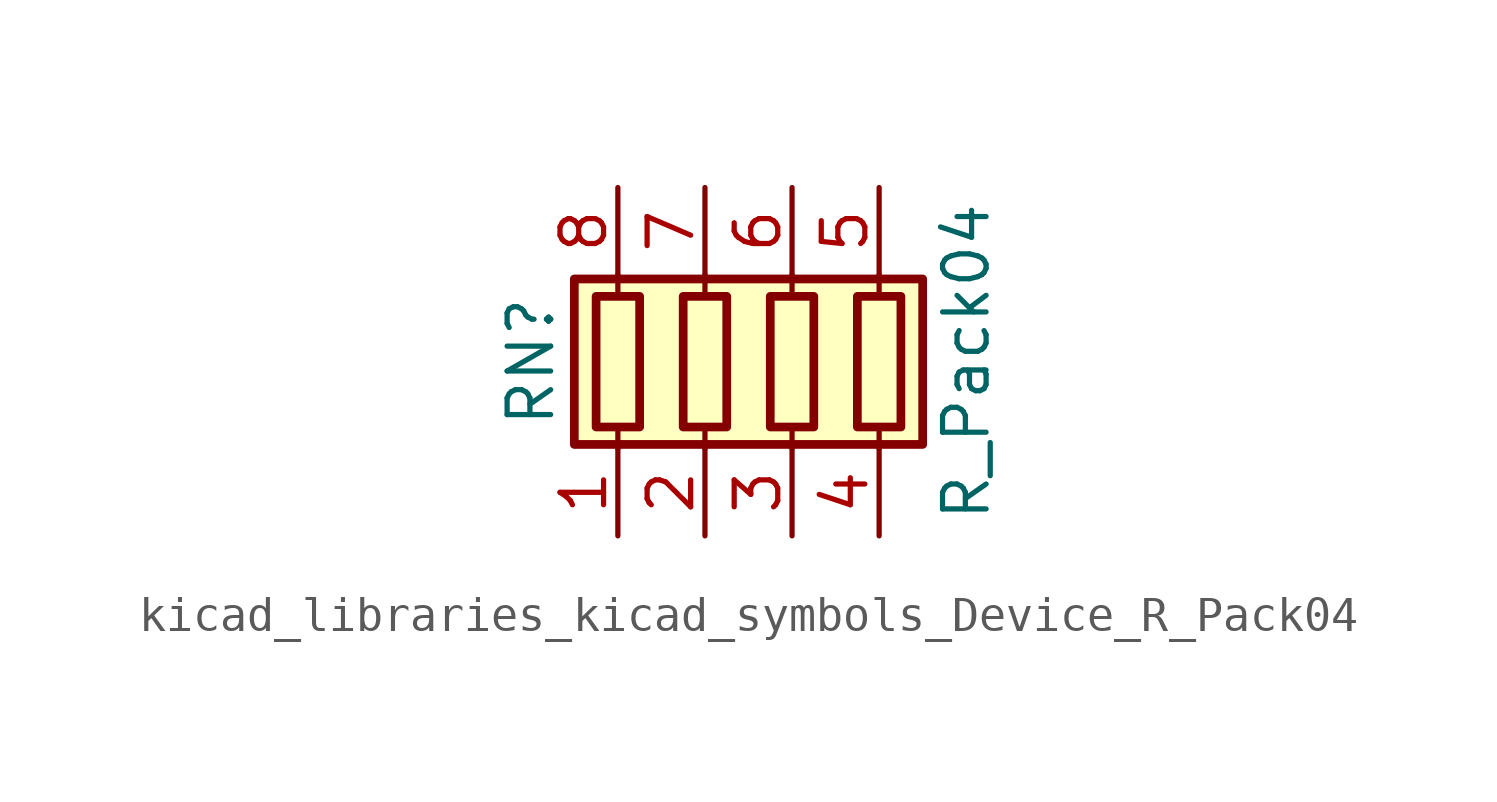
<source format=kicad_sym>
(kicad_symbol_lib
  (version 20220914)
  (generator kicad_symbol_editor)
  (symbol "kicad_libraries_kicad_symbols_Device_R_Pack04"
    (pin_names
      (offset 0) hide)
    (property "Reference" "RN"
      (at -7.62 0 90)
      (effects (font (size 1.27 1.27))))
    (property "Value" "R_Pack04"
      (at 5.08 0 90)
      (effects (font (size 1.27 1.27))))
    (symbol "kicad_libraries_kicad_symbols_Device_R_Pack04_0_1"
      (rectangle (start -6.35 -2.413) (end 3.81 2.413) (stroke (width 0.254) (type default)) (fill (type background)))
      (rectangle (start -5.715 1.905) (end -4.445 -1.905) (stroke (width 0.254) (type default)) (fill (type none)))
      (rectangle (start -3.175 1.905) (end -1.905 -1.905) (stroke (width 0.254) (type default)) (fill (type none)))
      (rectangle (start -0.635 1.905) (end 0.635 -1.905) (stroke (width 0.254) (type default)) (fill (type none)))
      (polyline (pts (xy -5.08 -2.54) (xy -5.08 -1.905)) (stroke (width 0) (type default)) (fill (type none)))
      (polyline (pts (xy -5.08 1.905) (xy -5.08 2.54)) (stroke (width 0) (type default)) (fill (type none)))
      (polyline (pts (xy -2.54 -2.54) (xy -2.54 -1.905)) (stroke (width 0) (type default)) (fill (type none)))
      (polyline (pts (xy -2.54 1.905) (xy -2.54 2.54)) (stroke (width 0) (type default)) (fill (type none)))
      (polyline (pts (xy 0 -2.54) (xy 0 -1.905)) (stroke (width 0) (type default)) (fill (type none)))
      (polyline (pts (xy 0 1.905) (xy 0 2.54)) (stroke (width 0) (type default)) (fill (type none)))
      (polyline (pts (xy 2.54 -2.54) (xy 2.54 -1.905)) (stroke (width 0) (type default)) (fill (type none)))
      (polyline (pts (xy 2.54 1.905) (xy 2.54 2.54)) (stroke (width 0) (type default)) (fill (type none)))
      (rectangle (start 1.905 1.905) (end 3.175 -1.905) (stroke (width 0.254) (type default)) (fill (type none))))
    (symbol "kicad_libraries_kicad_symbols_Device_R_Pack04_1_1"
      (pin passive line (at -5.08 -5.08 90) (length 2.54) (name "R1.1" (effects (font (size 1.27 1.27)))) (number "1" (effects (font (size 1.27 1.27)))))
      (pin passive line (at -2.54 -5.08 90) (length 2.54) (name "R2.1" (effects (font (size 1.27 1.27)))) (number "2" (effects (font (size 1.27 1.27)))))
      (pin passive line (at 0 -5.08 90) (length 2.54) (name "R3.1" (effects (font (size 1.27 1.27)))) (number "3" (effects (font (size 1.27 1.27)))))
      (pin passive line (at 2.54 -5.08 90) (length 2.54) (name "R4.1" (effects (font (size 1.27 1.27)))) (number "4" (effects (font (size 1.27 1.27)))))
      (pin passive line (at 2.54 5.08 270) (length 2.54) (name "R4.2" (effects (font (size 1.27 1.27)))) (number "5" (effects (font (size 1.27 1.27)))))
      (pin passive line (at 0 5.08 270) (length 2.54) (name "R3.2" (effects (font (size 1.27 1.27)))) (number "6" (effects (font (size 1.27 1.27)))))
      (pin passive line (at -2.54 5.08 270) (length 2.54) (name "R2.2" (effects (font (size 1.27 1.27)))) (number "7" (effects (font (size 1.27 1.27)))))
      (pin passive line (at -5.08 5.08 270) (length 2.54) (name "R1.2" (effects (font (size 1.27 1.27)))) (number "8" (effects (font (size 1.27 1.27))))))))
</source>
